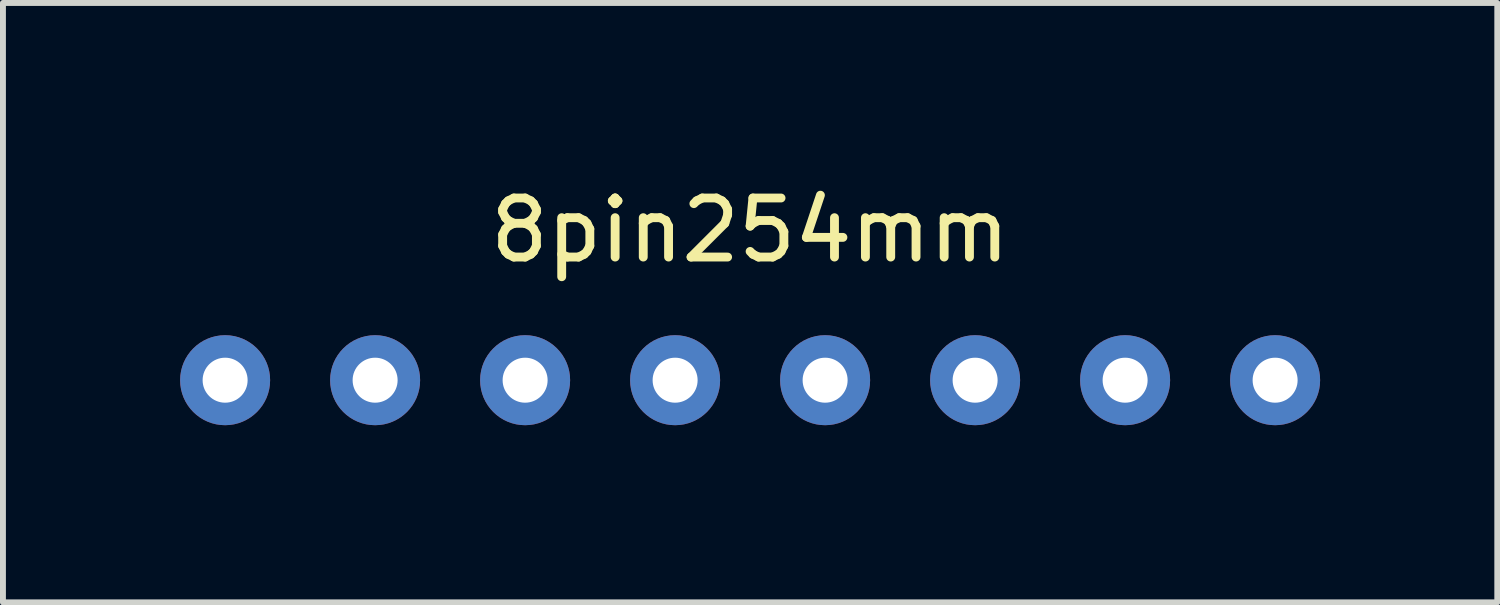
<source format=kicad_pcb>
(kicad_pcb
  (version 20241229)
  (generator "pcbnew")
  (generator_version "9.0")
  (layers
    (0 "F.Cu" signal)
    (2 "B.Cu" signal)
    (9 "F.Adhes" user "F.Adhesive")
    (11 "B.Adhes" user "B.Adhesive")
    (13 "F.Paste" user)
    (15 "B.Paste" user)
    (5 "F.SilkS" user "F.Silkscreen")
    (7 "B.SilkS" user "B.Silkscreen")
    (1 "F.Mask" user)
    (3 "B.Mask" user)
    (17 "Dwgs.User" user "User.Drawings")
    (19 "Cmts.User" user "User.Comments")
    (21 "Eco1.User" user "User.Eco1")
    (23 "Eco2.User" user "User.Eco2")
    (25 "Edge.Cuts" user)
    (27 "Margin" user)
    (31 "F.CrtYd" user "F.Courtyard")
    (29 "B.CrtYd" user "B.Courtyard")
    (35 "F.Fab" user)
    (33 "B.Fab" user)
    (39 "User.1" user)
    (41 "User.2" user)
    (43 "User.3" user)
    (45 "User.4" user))
  (footprint "8pin254mm"
    (layer "F.Cu")
    (at 9.652 2.118)
    (property "Reference" "8pin254mm" (at 0 -1.27 0) (layer "F.SilkS") (effects (font (size 1 1) (thickness 0.15))))
    (attr through_hole)
    (pad "1" thru_hole circle (at -8.89 1.27) (size 1.524 1.524) (drill 0.762) (layers "*.Cu" "*.Mask"))
    (pad "2" thru_hole circle (at -6.35 1.27) (size 1.524 1.524) (drill 0.762) (layers "*.Cu" "*.Mask"))
    (pad "3" thru_hole circle (at -3.81 1.27) (size 1.524 1.524) (drill 0.762) (layers "*.Cu" "*.Mask"))
    (pad "4" thru_hole circle (at -1.27 1.27) (size 1.524 1.524) (drill 0.762) (layers "*.Cu" "*.Mask"))
    (pad "5" thru_hole circle (at 1.27 1.27) (size 1.524 1.524) (drill 0.762) (layers "*.Cu" "*.Mask"))
    (pad "6" thru_hole circle (at 3.81 1.27) (size 1.524 1.524) (drill 0.762) (layers "*.Cu" "*.Mask"))
    (pad "7" thru_hole circle (at 6.35 1.27) (size 1.524 1.524) (drill 0.762) (layers "*.Cu" "*.Mask"))
    (pad "8" thru_hole circle (at 8.89 1.27) (size 1.524 1.524) (drill 0.762) (layers "*.Cu" "*.Mask")))
  (gr_rect
    (start -3 -3)
    (end 22.304 7.15)
    (stroke (width 0.1) (type default))
    (fill no)
    (layer "Edge.Cuts")))
</source>
